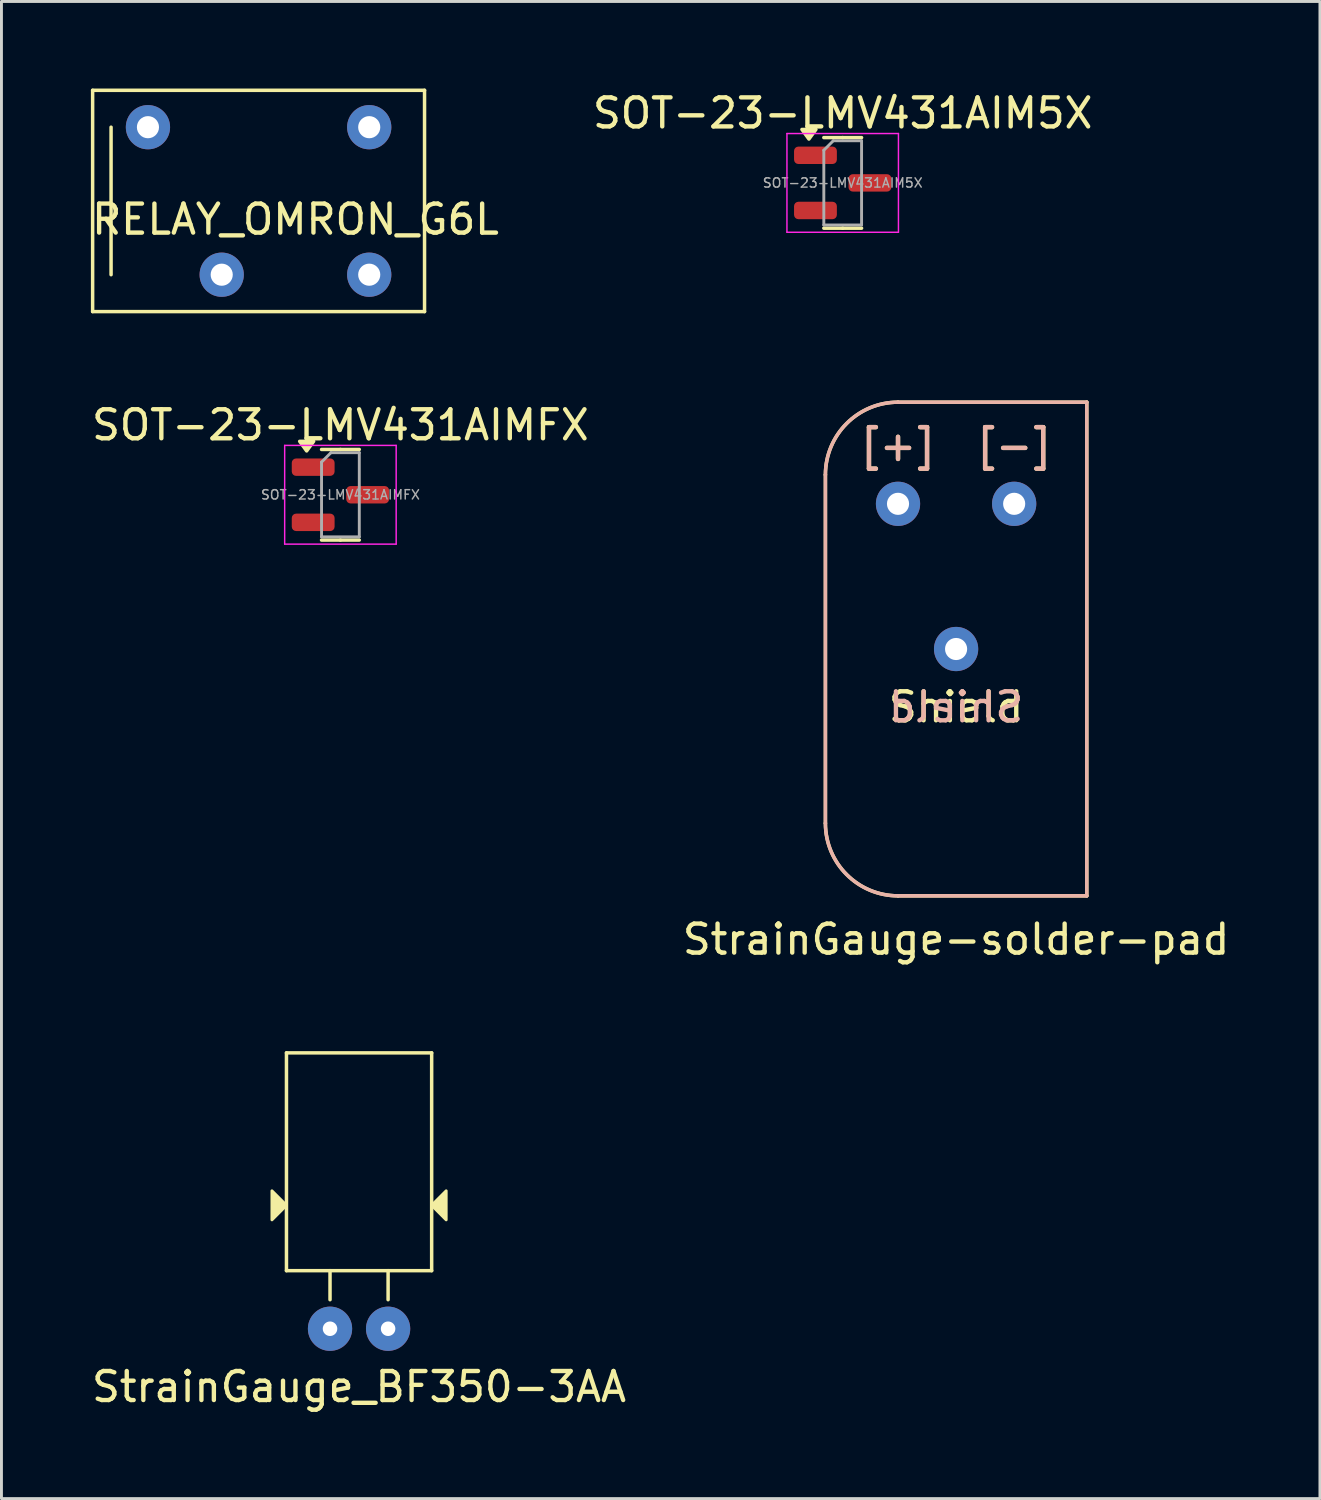
<source format=kicad_pcb>
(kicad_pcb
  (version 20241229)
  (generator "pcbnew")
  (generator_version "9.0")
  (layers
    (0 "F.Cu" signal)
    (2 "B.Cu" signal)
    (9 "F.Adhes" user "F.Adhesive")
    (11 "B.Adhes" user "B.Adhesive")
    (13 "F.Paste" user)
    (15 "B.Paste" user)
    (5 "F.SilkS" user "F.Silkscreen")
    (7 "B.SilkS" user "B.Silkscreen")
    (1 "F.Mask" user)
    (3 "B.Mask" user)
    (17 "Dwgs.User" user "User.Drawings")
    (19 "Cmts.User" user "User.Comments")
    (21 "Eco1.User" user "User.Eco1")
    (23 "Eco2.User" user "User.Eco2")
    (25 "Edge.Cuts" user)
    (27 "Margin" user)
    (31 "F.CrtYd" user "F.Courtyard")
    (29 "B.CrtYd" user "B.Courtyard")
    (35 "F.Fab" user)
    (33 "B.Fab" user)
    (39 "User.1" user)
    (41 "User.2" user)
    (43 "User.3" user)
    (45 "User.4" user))
  (footprint "SOT-23-LMV431AIMFX"
    (layer "F.Cu")
    (at 8.673 13.988)
    (property "Reference" "SOT-23-LMV431AIMFX" (at 0 -2.4 0) (layer "F.SilkS") (effects (font (size 1 1) (thickness 0.15))))
    (attr smd)
    (fp_line (start 0 -1.56) (end -0.65 -1.56) (stroke (width 0.12) (type solid)) (layer "F.SilkS"))
    (fp_line (start 0 -1.56) (end 0.65 -1.56) (stroke (width 0.12) (type solid)) (layer "F.SilkS"))
    (fp_line (start 0 1.56) (end -0.65 1.56) (stroke (width 0.12) (type solid)) (layer "F.SilkS"))
    (fp_line (start 0 1.56) (end 0.65 1.56) (stroke (width 0.12) (type solid)) (layer "F.SilkS"))
    (fp_poly (pts (xy -1.163 -1.51) (xy -1.403 -1.84) (xy -0.922 -1.84) (xy -1.163 -1.51)) (stroke (width 0.12) (type solid)) (fill yes) (layer "F.SilkS"))
    (fp_line (start -1.92 -1.7) (end -1.92 1.7) (stroke (width 0.05) (type solid)) (layer "F.CrtYd"))
    (fp_line (start -1.92 1.7) (end 1.92 1.7) (stroke (width 0.05) (type solid)) (layer "F.CrtYd"))
    (fp_line (start 1.92 -1.7) (end -1.92 -1.7) (stroke (width 0.05) (type solid)) (layer "F.CrtYd"))
    (fp_line (start 1.92 1.7) (end 1.92 -1.7) (stroke (width 0.05) (type solid)) (layer "F.CrtYd"))
    (fp_line (start -0.65 -1.125) (end -0.325 -1.45) (stroke (width 0.1) (type solid)) (layer "F.Fab"))
    (fp_line (start -0.65 1.45) (end -0.65 -1.125) (stroke (width 0.1) (type solid)) (layer "F.Fab"))
    (fp_line (start -0.325 -1.45) (end 0.65 -1.45) (stroke (width 0.1) (type solid)) (layer "F.Fab"))
    (fp_line (start 0.65 -1.45) (end 0.65 1.45) (stroke (width 0.1) (type solid)) (layer "F.Fab"))
    (fp_line (start 0.65 1.45) (end -0.65 1.45) (stroke (width 0.1) (type solid)) (layer "F.Fab"))
    (fp_text user "${REFERENCE}" (at 0 0 0) (layer "F.Fab") (effects (font (size 0.32 0.32) (thickness 0.05))))
    (pad "1" smd roundrect (at -0.938 0.95) (size 1.475 0.6) (layers "F.Cu" "F.Mask" "F.Paste") (roundrect_rratio 0.25))
    (pad "2" smd roundrect (at -0.938 -0.95) (size 1.475 0.6) (layers "F.Cu" "F.Mask" "F.Paste") (roundrect_rratio 0.25))
    (pad "3" smd roundrect (at 0.938 0) (size 1.475 0.6) (layers "F.Cu" "F.Mask" "F.Paste") (roundrect_rratio 0.25)))
  (footprint "SOT-23-LMV431AIM5X"
    (layer "F.Cu")
    (at 25.97 3.248)
    (property "Reference" "SOT-23-LMV431AIM5X" (at 0 -2.4 0) (layer "F.SilkS") (effects (font (size 1 1) (thickness 0.15))))
    (attr smd)
    (fp_line (start 0 -1.56) (end -0.65 -1.56) (stroke (width 0.12) (type solid)) (layer "F.SilkS"))
    (fp_line (start 0 -1.56) (end 0.65 -1.56) (stroke (width 0.12) (type solid)) (layer "F.SilkS"))
    (fp_line (start 0 1.56) (end -0.65 1.56) (stroke (width 0.12) (type solid)) (layer "F.SilkS"))
    (fp_line (start 0 1.56) (end 0.65 1.56) (stroke (width 0.12) (type solid)) (layer "F.SilkS"))
    (fp_poly (pts (xy -1.163 -1.51) (xy -1.403 -1.84) (xy -0.922 -1.84) (xy -1.163 -1.51)) (stroke (width 0.12) (type solid)) (fill yes) (layer "F.SilkS"))
    (fp_line (start -1.92 -1.7) (end -1.92 1.7) (stroke (width 0.05) (type solid)) (layer "F.CrtYd"))
    (fp_line (start -1.92 1.7) (end 1.92 1.7) (stroke (width 0.05) (type solid)) (layer "F.CrtYd"))
    (fp_line (start 1.92 -1.7) (end -1.92 -1.7) (stroke (width 0.05) (type solid)) (layer "F.CrtYd"))
    (fp_line (start 1.92 1.7) (end 1.92 -1.7) (stroke (width 0.05) (type solid)) (layer "F.CrtYd"))
    (fp_line (start -0.65 -1.125) (end -0.325 -1.45) (stroke (width 0.1) (type solid)) (layer "F.Fab"))
    (fp_line (start -0.65 1.45) (end -0.65 -1.125) (stroke (width 0.1) (type solid)) (layer "F.Fab"))
    (fp_line (start -0.325 -1.45) (end 0.65 -1.45) (stroke (width 0.1) (type solid)) (layer "F.Fab"))
    (fp_line (start 0.65 -1.45) (end 0.65 1.45) (stroke (width 0.1) (type solid)) (layer "F.Fab"))
    (fp_line (start 0.65 1.45) (end -0.65 1.45) (stroke (width 0.1) (type solid)) (layer "F.Fab"))
    (fp_text user "${REFERENCE}" (at 0 0 0) (layer "F.Fab") (effects (font (size 0.32 0.32) (thickness 0.05))))
    (pad "1" smd roundrect (at -0.938 0.95) (size 1.475 0.6) (layers "F.Cu" "F.Mask" "F.Paste") (roundrect_rratio 0.25))
    (pad "2" smd roundrect (at -0.938 -0.95) (size 1.475 0.6) (layers "F.Cu" "F.Mask" "F.Paste") (roundrect_rratio 0.25))
    (pad "3" smd roundrect (at 0.938 0) (size 1.475 0.6) (layers "F.Cu" "F.Mask" "F.Paste") (roundrect_rratio 0.25)))
  (footprint "StrainGauge_BF350-3AA"
    (layer "F.Cu")
    (at 9.315 38.458)
    (property "Reference" "StrainGauge_BF350-3AA" (at 0 6.25 0) (layer "F.SilkS") (effects (font (size 1 1) (thickness 0.15))))
    (attr through_hole)
    (fp_line (start -2.5 -5.25) (end -2.5 2.25) (stroke (width 0.12) (type solid)) (layer "F.SilkS"))
    (fp_line (start -2.5 2.25) (end 2.5 2.25) (stroke (width 0.12) (type solid)) (layer "F.SilkS"))
    (fp_line (start -1 3.25) (end -1 2.25) (stroke (width 0.12) (type solid)) (layer "F.SilkS"))
    (fp_line (start 1 3.25) (end 1 2.25) (stroke (width 0.12) (type solid)) (layer "F.SilkS"))
    (fp_line (start 2.5 -5.25) (end -2.5 -5.25) (stroke (width 0.12) (type solid)) (layer "F.SilkS"))
    (fp_line (start 2.5 2.25) (end 2.5 -5.25) (stroke (width 0.12) (type solid)) (layer "F.SilkS"))
    (fp_poly (pts (xy -2.5 0) (xy -3 0.5) (xy -3 -0.5)) (stroke (width 0.1) (type solid)) (fill yes) (layer "F.SilkS"))
    (fp_poly (pts (xy 3 0.5) (xy 2.5 0) (xy 3 -0.5)) (stroke (width 0.1) (type solid)) (fill yes) (layer "F.SilkS"))
    (pad "1" thru_hole circle (at -1 4.25) (size 1.524 1.524) (drill 0.5) (layers "*.Cu" "*.Mask"))
    (pad "2" thru_hole circle (at 1 4.25) (size 1.524 1.524) (drill 0.5) (layers "*.Cu" "*.Mask")))
  (footprint "RELAY_OMRON_G6L"
    (layer "F.Cu")
    (at 9.665 1.33)
    (property "Reference" "RELAY_OMRON_G6L" (at -2.54 3.175 0) (layer "F.SilkS") (effects (font (size 1 1) (thickness 0.15))))
    (attr through_hole)
    (fp_line (start -9.525 -1.27) (end -9.525 6.35) (stroke (width 0.12) (type solid)) (layer "F.SilkS"))
    (fp_line (start -9.525 6.35) (end 1.905 6.35) (stroke (width 0.12) (type solid)) (layer "F.SilkS"))
    (fp_line (start -8.89 0) (end -8.89 5.08) (stroke (width 0.12) (type solid)) (layer "F.SilkS"))
    (fp_line (start 1.905 -1.27) (end -9.525 -1.27) (stroke (width 0.12) (type solid)) (layer "F.SilkS"))
    (fp_line (start 1.905 6.35) (end 1.905 -1.27) (stroke (width 0.12) (type solid)) (layer "F.SilkS"))
    (pad "1" thru_hole circle (at 0 0) (size 1.524 1.524) (drill 0.762) (layers "*.Cu" "*.Mask"))
    (pad "2" thru_hole circle (at 0 5.08) (size 1.524 1.524) (drill 0.762) (layers "*.Cu" "*.Mask"))
    (pad "3" thru_hole circle (at -5.08 5.08) (size 1.524 1.524) (drill 0.762) (layers "*.Cu" "*.Mask"))
    (pad "5" thru_hole circle (at -7.62 0) (size 1.524 1.524) (drill 0.762) (layers "*.Cu" "*.Mask")))
  (footprint "StrainGauge-solder-pad"
    (layer "F.Cu")
    (at 29.875 19.3)
    (property "Reference" "StrainGauge-solder-pad" (at 0 10 0) (layer "F.SilkS") (effects (font (size 1 1) (thickness 0.15))))
    (attr through_hole)
    (fp_line (start -4.5 -6) (end -4.5 6) (stroke (width 0.12) (type solid)) (layer "F.SilkS"))
    (fp_line (start -2 -8.5) (end 4.5 -8.5) (stroke (width 0.12) (type solid)) (layer "F.SilkS"))
    (fp_line (start 4.5 -8.5) (end 4.5 8.5) (stroke (width 0.12) (type solid)) (layer "F.SilkS"))
    (fp_line (start 4.5 8.5) (end -2 8.5) (stroke (width 0.12) (type solid)) (layer "F.SilkS"))
    (fp_arc (start -4.5 -6) (mid -3.767767 -7.767767) (end -2 -8.5) (stroke (width 0.12) (type solid)) (layer "F.SilkS"))
    (fp_arc (start -2 8.5) (mid -3.767767 7.767767) (end -4.5 6) (stroke (width 0.12) (type solid)) (layer "F.SilkS"))
    (fp_line (start -4.5 -6) (end -4.5 6) (stroke (width 0.12) (type solid)) (layer "B.SilkS"))
    (fp_line (start -2 8.5) (end 4.5 8.5) (stroke (width 0.12) (type solid)) (layer "B.SilkS"))
    (fp_line (start 4.5 -8.5) (end -2 -8.5) (stroke (width 0.12) (type solid)) (layer "B.SilkS"))
    (fp_line (start 4.5 8.5) (end 4.5 -8.5) (stroke (width 0.12) (type solid)) (layer "B.SilkS"))
    (fp_arc (start -4.5 -6) (mid -3.767767 -7.767767) (end -2 -8.5) (stroke (width 0.12) (type solid)) (layer "B.SilkS"))
    (fp_arc (start -2 8.5) (mid -3.767767 7.767767) (end -4.5 6) (stroke (width 0.12) (type solid)) (layer "B.SilkS"))
    (fp_text user "[+]" (at -2 -7 0) (layer "F.SilkS") (effects (font (size 1 1) (thickness 0.15))))
    (fp_text user "[-]" (at 2 -7 0) (layer "F.SilkS") (effects (font (size 1 1) (thickness 0.15))))
    (fp_text user "Shield" (at 0 2 0) (layer "F.SilkS") (effects (font (size 1 1) (thickness 0.15))))
    (fp_text user "[-]" (at 2 -7 0) (layer "B.SilkS") (effects (font (size 1 1) (thickness 0.15))))
    (fp_text user "Shield" (at 0 2 0) (layer "B.SilkS") (effects (font (size 1 1) (thickness 0.15)) (justify mirror)))
    (fp_text user "[+]" (at -2 -7 0) (layer "B.SilkS") (effects (font (size 1 1) (thickness 0.15))))
    (pad "1" thru_hole circle (at 0 0) (size 1.524 1.524) (drill 0.762) (layers "*.Cu" "*.Mask"))
    (pad "2" thru_hole circle (at -2 -5) (size 1.524 1.524) (drill 0.762) (layers "*.Cu" "*.Mask"))
    (pad "3" thru_hole circle (at 2 -5) (size 1.524 1.524) (drill 0.762) (layers "*.Cu" "*.Mask")))
  (gr_rect
    (start -3 -3)
    (end 42.405 48.556)
    (stroke (width 0.1) (type default))
    (fill no)
    (layer "Edge.Cuts")))
</source>
